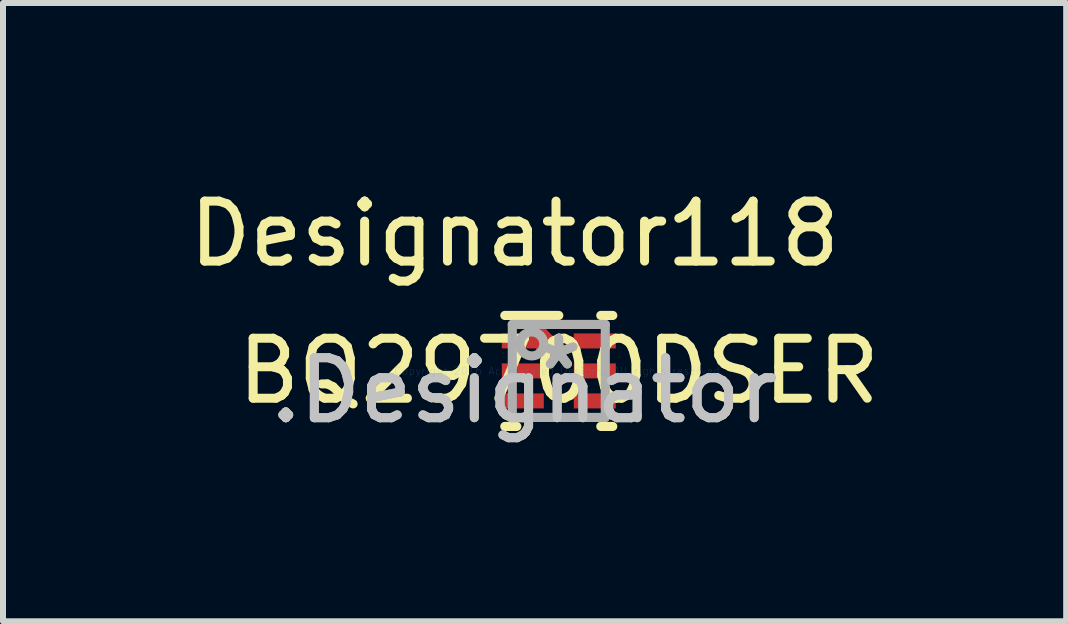
<source format=kicad_pcb>
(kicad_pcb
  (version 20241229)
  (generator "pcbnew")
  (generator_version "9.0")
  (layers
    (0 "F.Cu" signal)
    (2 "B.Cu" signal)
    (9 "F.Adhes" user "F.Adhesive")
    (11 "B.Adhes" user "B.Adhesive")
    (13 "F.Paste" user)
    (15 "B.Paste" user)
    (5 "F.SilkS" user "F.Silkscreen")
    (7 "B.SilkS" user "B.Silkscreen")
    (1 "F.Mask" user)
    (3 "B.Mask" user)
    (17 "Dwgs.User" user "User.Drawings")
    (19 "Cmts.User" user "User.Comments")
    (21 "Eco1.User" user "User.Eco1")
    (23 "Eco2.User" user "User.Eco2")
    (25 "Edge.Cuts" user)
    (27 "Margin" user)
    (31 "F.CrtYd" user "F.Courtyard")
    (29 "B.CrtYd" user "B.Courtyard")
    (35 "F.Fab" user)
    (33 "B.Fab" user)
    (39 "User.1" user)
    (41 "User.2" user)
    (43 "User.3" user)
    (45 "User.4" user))
  (footprint "BQ29700DSER"
    (layer "F.Cu")
    (at 6.266 3.134)
    (property "Reference" "BQ29700DSER" (at 0 0 0) (layer "F.SilkS") (effects (font (size 1 1) (thickness 0.15))))
    (attr through_hole)
    (fp_line (start -0.3 -0.625) (end -0.25 -0.625) (stroke (width 0.152) (type solid)) (layer "F.Cu"))
    (fp_line (start -0.3 -0.375) (end -0.3 -0.625) (stroke (width 0.152) (type solid)) (layer "F.Cu"))
    (fp_line (start -0.25 -0.625) (end -0.15 -0.525) (stroke (width 0.152) (type solid)) (layer "F.Cu"))
    (fp_line (start -0.15 -0.525) (end -0.15 -0.375) (stroke (width 0.152) (type solid)) (layer "F.Cu"))
    (fp_line (start -0.15 -0.375) (end -0.3 -0.375) (stroke (width 0.152) (type solid)) (layer "F.Cu"))
    (fp_line (start -0.351 -0.625) (end -0.35 -0.635) (stroke (width 0.152) (type solid)) (layer "F.Mask"))
    (fp_line (start -0.351 -0.375) (end -0.351 -0.625) (stroke (width 0.152) (type solid)) (layer "F.Mask"))
    (fp_line (start -0.35 -0.635) (end -0.347 -0.644) (stroke (width 0.152) (type solid)) (layer "F.Mask"))
    (fp_line (start -0.35 -0.365) (end -0.351 -0.375) (stroke (width 0.152) (type solid)) (layer "F.Mask"))
    (fp_line (start -0.347 -0.644) (end -0.342 -0.653) (stroke (width 0.152) (type solid)) (layer "F.Mask"))
    (fp_line (start -0.347 -0.356) (end -0.35 -0.365) (stroke (width 0.152) (type solid)) (layer "F.Mask"))
    (fp_line (start -0.342 -0.653) (end -0.336 -0.661) (stroke (width 0.152) (type solid)) (layer "F.Mask"))
    (fp_line (start -0.342 -0.347) (end -0.347 -0.356) (stroke (width 0.152) (type solid)) (layer "F.Mask"))
    (fp_line (start -0.336 -0.661) (end -0.328 -0.667) (stroke (width 0.152) (type solid)) (layer "F.Mask"))
    (fp_line (start -0.336 -0.339) (end -0.342 -0.347) (stroke (width 0.152) (type solid)) (layer "F.Mask"))
    (fp_line (start -0.328 -0.667) (end -0.319 -0.672) (stroke (width 0.152) (type solid)) (layer "F.Mask"))
    (fp_line (start -0.328 -0.333) (end -0.336 -0.339) (stroke (width 0.152) (type solid)) (layer "F.Mask"))
    (fp_line (start -0.319 -0.672) (end -0.31 -0.675) (stroke (width 0.152) (type solid)) (layer "F.Mask"))
    (fp_line (start -0.319 -0.328) (end -0.328 -0.333) (stroke (width 0.152) (type solid)) (layer "F.Mask"))
    (fp_line (start -0.31 -0.675) (end -0.3 -0.676) (stroke (width 0.152) (type solid)) (layer "F.Mask"))
    (fp_line (start -0.31 -0.325) (end -0.319 -0.328) (stroke (width 0.152) (type solid)) (layer "F.Mask"))
    (fp_line (start -0.3 -0.676) (end -0.25 -0.676) (stroke (width 0.152) (type solid)) (layer "F.Mask"))
    (fp_line (start -0.3 -0.324) (end -0.31 -0.325) (stroke (width 0.152) (type solid)) (layer "F.Mask"))
    (fp_line (start -0.25 -0.676) (end -0.24 -0.675) (stroke (width 0.152) (type solid)) (layer "F.Mask"))
    (fp_line (start -0.24 -0.675) (end -0.231 -0.672) (stroke (width 0.152) (type solid)) (layer "F.Mask"))
    (fp_line (start -0.231 -0.672) (end -0.222 -0.667) (stroke (width 0.152) (type solid)) (layer "F.Mask"))
    (fp_line (start -0.222 -0.667) (end -0.214 -0.661) (stroke (width 0.152) (type solid)) (layer "F.Mask"))
    (fp_line (start -0.214 -0.661) (end -0.114 -0.561) (stroke (width 0.152) (type solid)) (layer "F.Mask"))
    (fp_line (start -0.15 -0.324) (end -0.3 -0.324) (stroke (width 0.152) (type solid)) (layer "F.Mask"))
    (fp_line (start -0.14 -0.325) (end -0.15 -0.324) (stroke (width 0.152) (type solid)) (layer "F.Mask"))
    (fp_line (start -0.131 -0.328) (end -0.14 -0.325) (stroke (width 0.152) (type solid)) (layer "F.Mask"))
    (fp_line (start -0.122 -0.333) (end -0.131 -0.328) (stroke (width 0.152) (type solid)) (layer "F.Mask"))
    (fp_line (start -0.114 -0.561) (end -0.108 -0.553) (stroke (width 0.152) (type solid)) (layer "F.Mask"))
    (fp_line (start -0.114 -0.339) (end -0.122 -0.333) (stroke (width 0.152) (type solid)) (layer "F.Mask"))
    (fp_line (start -0.108 -0.553) (end -0.103 -0.544) (stroke (width 0.152) (type solid)) (layer "F.Mask"))
    (fp_line (start -0.108 -0.347) (end -0.114 -0.339) (stroke (width 0.152) (type solid)) (layer "F.Mask"))
    (fp_line (start -0.103 -0.544) (end -0.1 -0.535) (stroke (width 0.152) (type solid)) (layer "F.Mask"))
    (fp_line (start -0.103 -0.356) (end -0.108 -0.347) (stroke (width 0.152) (type solid)) (layer "F.Mask"))
    (fp_line (start -0.1 -0.535) (end -0.099 -0.525) (stroke (width 0.152) (type solid)) (layer "F.Mask"))
    (fp_line (start -0.1 -0.365) (end -0.103 -0.356) (stroke (width 0.152) (type solid)) (layer "F.Mask"))
    (fp_line (start -0.099 -0.525) (end -0.099 -0.375) (stroke (width 0.152) (type solid)) (layer "F.Mask"))
    (fp_line (start -0.099 -0.375) (end -0.1 -0.365) (stroke (width 0.152) (type solid)) (layer "F.Mask"))
    (fp_line (start -0.9 -0.925) (end 0 -0.925) (stroke (width 0.152) (type solid)) (layer "F.SilkS"))
    (fp_line (start -0.9 0.925) (end -0.7 0.925) (stroke (width 0.152) (type solid)) (layer "F.SilkS"))
    (fp_line (start 0.7 -0.925) (end 0.9 -0.925) (stroke (width 0.152) (type solid)) (layer "F.SilkS"))
    (fp_line (start 0.7 0.925) (end 0.9 0.925) (stroke (width 0.152) (type solid)) (layer "F.SilkS"))
    (fp_line (start -0.3 -0.625) (end -0.25 -0.625) (stroke (width 0.152) (type solid)) (layer "F.Paste"))
    (fp_line (start -0.3 -0.375) (end -0.3 -0.625) (stroke (width 0.152) (type solid)) (layer "F.Paste"))
    (fp_line (start -0.25 -0.625) (end -0.15 -0.525) (stroke (width 0.152) (type solid)) (layer "F.Paste"))
    (fp_line (start -0.15 -0.525) (end -0.15 -0.375) (stroke (width 0.152) (type solid)) (layer "F.Paste"))
    (fp_line (start -0.15 -0.375) (end -0.3 -0.375) (stroke (width 0.152) (type solid)) (layer "F.Paste"))
    (fp_line (start -0.775 -0.775) (end 0.775 -0.775) (stroke (width 0.152) (type solid)) (layer "F.Fab"))
    (fp_line (start -0.775 0.775) (end -0.775 -0.775) (stroke (width 0.152) (type solid)) (layer "F.Fab"))
    (fp_line (start -0.775 0.775) (end 0.775 0.775) (stroke (width 0.152) (type solid)) (layer "F.Fab"))
    (fp_line (start 0.775 0.775) (end 0.775 -0.775) (stroke (width 0.152) (type solid)) (layer "F.Fab"))
    (fp_circle (center -0.45 -0.45) (end -0.25 -0.45) (stroke (width 0.152) (type solid)) (fill no) (layer "F.Fab"))
    (fp_text user "Designator118" (at -0.737 -2.286 0) (layer "F.SilkS") (effects (font (size 1 1) (thickness 0.15))))
    (fp_text user "*" (at 0 0 0) (layer "F.SilkS") (effects (font (size 1 1) (thickness 0.15))))
    (fp_text user ".Designator" (at -0.575 0.325 0) (layer "Dwgs.User") (effects (font (size 1 1) (thickness 0.15))))
    (fp_text user "Copyright 2016 Accelerated Designs. All rights reserved." (at 0 0 0) (layer "Cmts.User") (effects (font (size 0.127 0.127) (thickness 0.002))))
    (fp_text user "*" (at 0 0 0) (layer "F.Fab") (effects (font (size 1 1) (thickness 0.15))))
    (fp_text user ".Designator" (at -0.575 0.325 0) (layer "F.Fab") (effects (font (size 1 1) (thickness 0.15))))
    (pad "1" smd rect (at -0.62 -0.5) (size 0.66 0.25) (layers "F.Cu" "F.Mask" "F.Paste"))
    (pad "2" smd rect (at -0.6 0) (size 0.7 0.25) (layers "F.Cu" "F.Mask" "F.Paste"))
    (pad "3" smd rect (at -0.6 0.5) (size 0.7 0.25) (layers "F.Cu" "F.Mask" "F.Paste"))
    (pad "4" smd rect (at 0.6 0.5) (size 0.7 0.25) (layers "F.Cu" "F.Mask" "F.Paste"))
    (pad "5" smd rect (at 0.6 0) (size 0.7 0.25) (layers "F.Cu" "F.Mask" "F.Paste"))
    (pad "6" smd rect (at 0.6 -0.5) (size 0.7 0.25) (layers "F.Cu" "F.Mask" "F.Paste")))
  (gr_rect
    (start -3 -3)
    (end 14.725 7.308)
    (stroke (width 0.1) (type default))
    (fill no)
    (layer "Edge.Cuts")))
</source>
